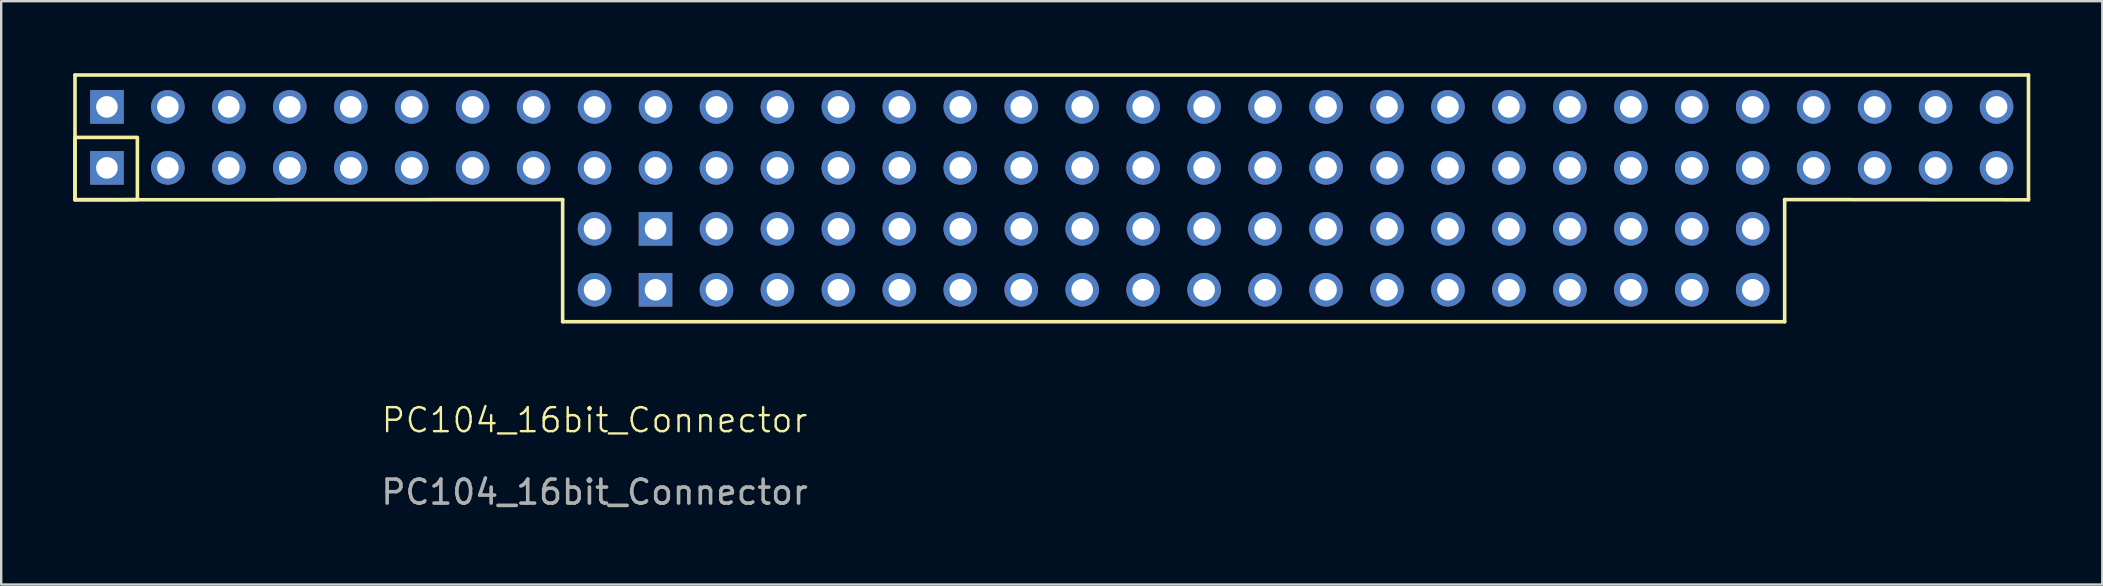
<source format=kicad_pcb>
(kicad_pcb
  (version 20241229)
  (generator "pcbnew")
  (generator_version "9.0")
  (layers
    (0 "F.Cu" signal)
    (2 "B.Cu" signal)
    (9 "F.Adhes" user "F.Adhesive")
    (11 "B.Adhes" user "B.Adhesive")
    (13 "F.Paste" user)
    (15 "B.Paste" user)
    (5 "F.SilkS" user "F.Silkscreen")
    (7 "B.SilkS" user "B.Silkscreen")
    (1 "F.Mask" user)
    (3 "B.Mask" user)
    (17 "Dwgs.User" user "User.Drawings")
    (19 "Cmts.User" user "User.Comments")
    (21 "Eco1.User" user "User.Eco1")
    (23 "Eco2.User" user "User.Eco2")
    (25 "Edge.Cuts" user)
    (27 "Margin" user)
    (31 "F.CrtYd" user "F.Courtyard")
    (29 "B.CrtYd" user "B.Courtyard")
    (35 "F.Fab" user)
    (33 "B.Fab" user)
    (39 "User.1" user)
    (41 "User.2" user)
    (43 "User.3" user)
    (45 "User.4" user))
  (footprint "PC104_16bit_Connector"
    (layer "F.Cu")
    (at 21.725 6.485)
    (property "Reference" "PC104_16bit_Connector" (at 0 7.973 0) (unlocked yes) (layer "F.SilkS") (effects (font (size 1 1) (thickness 0.1))))
    (attr through_hole)
    (fp_line (start -21.65 -6.41) (end 59.75 -6.41) (stroke (width 0.15) (type default)) (layer "F.SilkS"))
    (fp_line (start -21.65 -1.21) (end -21.65 -6.41) (stroke (width 0.15) (type default)) (layer "F.SilkS"))
    (fp_line (start -1.33 -1.219) (end -21.65 -1.21) (stroke (width 0.15) (type default)) (layer "F.SilkS"))
    (fp_line (start -1.33 3.87) (end -1.33 -1.219) (stroke (width 0.15) (type default)) (layer "F.SilkS"))
    (fp_line (start 49.59 3.87) (end -1.33 3.87) (stroke (width 0.15) (type default)) (layer "F.SilkS"))
    (fp_line (start 49.59 3.87) (end 49.59 -1.219) (stroke (width 0.15) (type default)) (layer "F.SilkS"))
    (fp_line (start 59.75 -6.41) (end 59.75 -1.21) (stroke (width 0.15) (type default)) (layer "F.SilkS"))
    (fp_line (start 59.75 -1.21) (end 49.59 -1.219) (stroke (width 0.15) (type default)) (layer "F.SilkS"))
    (fp_rect (start -21.65 -3.81) (end -19.05 -1.219) (stroke (width 0.15) (type default)) (fill no) (layer "F.SilkS"))
    (fp_text user "${REFERENCE}" (at 0 10.973 0) (unlocked yes) (layer "F.Fab") (effects (font (size 1 1) (thickness 0.15))))
    (pad "A1" thru_hole rect (at -20.32 -2.54 90) (size 1.4 1.4) (drill 0.9) (layers "*.Cu" "*.Mask"))
    (pad "A2" thru_hole oval (at -17.78 -2.54 90) (size 1.4 1.4) (drill 0.9) (layers "*.Cu" "*.Mask"))
    (pad "A3" thru_hole oval (at -15.24 -2.54 90) (size 1.4 1.4) (drill 0.9) (layers "*.Cu" "*.Mask"))
    (pad "A4" thru_hole oval (at -12.7 -2.54 90) (size 1.4 1.4) (drill 0.9) (layers "*.Cu" "*.Mask"))
    (pad "A5" thru_hole oval (at -10.16 -2.54 90) (size 1.4 1.4) (drill 0.9) (layers "*.Cu" "*.Mask"))
    (pad "A6" thru_hole oval (at -7.62 -2.54 90) (size 1.4 1.4) (drill 0.9) (layers "*.Cu" "*.Mask"))
    (pad "A7" thru_hole oval (at -5.08 -2.54 90) (size 1.4 1.4) (drill 0.9) (layers "*.Cu" "*.Mask"))
    (pad "A8" thru_hole oval (at -2.54 -2.54 90) (size 1.4 1.4) (drill 0.9) (layers "*.Cu" "*.Mask"))
    (pad "A9" thru_hole oval (at 0 -2.54 90) (size 1.4 1.4) (drill 0.9) (layers "*.Cu" "*.Mask"))
    (pad "A10" thru_hole oval (at 2.54 -2.54 90) (size 1.4 1.4) (drill 0.9) (layers "*.Cu" "*.Mask"))
    (pad "A11" thru_hole oval (at 5.08 -2.54 90) (size 1.4 1.4) (drill 0.9) (layers "*.Cu" "*.Mask"))
    (pad "A12" thru_hole oval (at 7.62 -2.54 90) (size 1.4 1.4) (drill 0.9) (layers "*.Cu" "*.Mask"))
    (pad "A13" thru_hole oval (at 10.16 -2.54 90) (size 1.4 1.4) (drill 0.9) (layers "*.Cu" "*.Mask"))
    (pad "A14" thru_hole oval (at 12.7 -2.54 90) (size 1.4 1.4) (drill 0.9) (layers "*.Cu" "*.Mask"))
    (pad "A15" thru_hole oval (at 15.24 -2.54 90) (size 1.4 1.4) (drill 0.9) (layers "*.Cu" "*.Mask"))
    (pad "A16" thru_hole oval (at 17.78 -2.54 90) (size 1.4 1.4) (drill 0.9) (layers "*.Cu" "*.Mask"))
    (pad "A17" thru_hole oval (at 20.32 -2.54 90) (size 1.4 1.4) (drill 0.9) (layers "*.Cu" "*.Mask"))
    (pad "A18" thru_hole oval (at 22.86 -2.54 90) (size 1.4 1.4) (drill 0.9) (layers "*.Cu" "*.Mask"))
    (pad "A19" thru_hole oval (at 25.4 -2.54 90) (size 1.4 1.4) (drill 0.9) (layers "*.Cu" "*.Mask"))
    (pad "A20" thru_hole oval (at 27.94 -2.54 90) (size 1.4 1.4) (drill 0.9) (layers "*.Cu" "*.Mask"))
    (pad "A21" thru_hole oval (at 30.48 -2.54 90) (size 1.4 1.4) (drill 0.9) (layers "*.Cu" "*.Mask"))
    (pad "A22" thru_hole oval (at 33.02 -2.54 90) (size 1.4 1.4) (drill 0.9) (layers "*.Cu" "*.Mask"))
    (pad "A23" thru_hole oval (at 35.56 -2.54 90) (size 1.4 1.4) (drill 0.9) (layers "*.Cu" "*.Mask"))
    (pad "A24" thru_hole oval (at 38.1 -2.54 90) (size 1.4 1.4) (drill 0.9) (layers "*.Cu" "*.Mask"))
    (pad "A25" thru_hole oval (at 40.64 -2.54 90) (size 1.4 1.4) (drill 0.9) (layers "*.Cu" "*.Mask"))
    (pad "A26" thru_hole oval (at 43.18 -2.54 90) (size 1.4 1.4) (drill 0.9) (layers "*.Cu" "*.Mask"))
    (pad "A27" thru_hole oval (at 45.72 -2.54 90) (size 1.4 1.4) (drill 0.9) (layers "*.Cu" "*.Mask"))
    (pad "A28" thru_hole oval (at 48.26 -2.54 90) (size 1.4 1.4) (drill 0.9) (layers "*.Cu" "*.Mask"))
    (pad "A29" thru_hole oval (at 50.8 -2.54 90) (size 1.4 1.4) (drill 0.9) (layers "*.Cu" "*.Mask"))
    (pad "A30" thru_hole oval (at 53.34 -2.54 90) (size 1.4 1.4) (drill 0.9) (layers "*.Cu" "*.Mask"))
    (pad "A31" thru_hole oval (at 55.88 -2.54 90) (size 1.4 1.4) (drill 0.9) (layers "*.Cu" "*.Mask"))
    (pad "A32" thru_hole oval (at 58.42 -2.54 90) (size 1.4 1.4) (drill 0.9) (layers "*.Cu" "*.Mask"))
    (pad "B1" thru_hole rect (at -20.32 -5.08 90) (size 1.4 1.4) (drill 0.9) (layers "*.Cu" "*.Mask"))
    (pad "B2" thru_hole oval (at -17.78 -5.08 90) (size 1.4 1.4) (drill 0.9) (layers "*.Cu" "*.Mask"))
    (pad "B3" thru_hole oval (at -15.24 -5.08 90) (size 1.4 1.4) (drill 0.9) (layers "*.Cu" "*.Mask"))
    (pad "B4" thru_hole oval (at -12.7 -5.08 90) (size 1.4 1.4) (drill 0.9) (layers "*.Cu" "*.Mask"))
    (pad "B5" thru_hole oval (at -10.16 -5.08 90) (size 1.4 1.4) (drill 0.9) (layers "*.Cu" "*.Mask"))
    (pad "B6" thru_hole oval (at -7.62 -5.08 90) (size 1.4 1.4) (drill 0.9) (layers "*.Cu" "*.Mask"))
    (pad "B7" thru_hole oval (at -5.08 -5.08 90) (size 1.4 1.4) (drill 0.9) (layers "*.Cu" "*.Mask"))
    (pad "B8" thru_hole oval (at -2.54 -5.08 90) (size 1.4 1.4) (drill 0.9) (layers "*.Cu" "*.Mask"))
    (pad "B9" thru_hole oval (at 0 -5.08 90) (size 1.4 1.4) (drill 0.9) (layers "*.Cu" "*.Mask"))
    (pad "B10" thru_hole oval (at 2.54 -5.08 90) (size 1.4 1.4) (drill 0.9) (layers "*.Cu" "*.Mask"))
    (pad "B11" thru_hole oval (at 5.08 -5.08 90) (size 1.4 1.4) (drill 0.9) (layers "*.Cu" "*.Mask"))
    (pad "B12" thru_hole oval (at 7.62 -5.08 90) (size 1.4 1.4) (drill 0.9) (layers "*.Cu" "*.Mask"))
    (pad "B13" thru_hole oval (at 10.16 -5.08 90) (size 1.4 1.4) (drill 0.9) (layers "*.Cu" "*.Mask"))
    (pad "B14" thru_hole oval (at 12.7 -5.08 90) (size 1.4 1.4) (drill 0.9) (layers "*.Cu" "*.Mask"))
    (pad "B15" thru_hole oval (at 15.24 -5.08 90) (size 1.4 1.4) (drill 0.9) (layers "*.Cu" "*.Mask"))
    (pad "B16" thru_hole oval (at 17.78 -5.08 90) (size 1.4 1.4) (drill 0.9) (layers "*.Cu" "*.Mask"))
    (pad "B17" thru_hole oval (at 20.32 -5.08 90) (size 1.4 1.4) (drill 0.9) (layers "*.Cu" "*.Mask"))
    (pad "B18" thru_hole oval (at 22.86 -5.08 90) (size 1.4 1.4) (drill 0.9) (layers "*.Cu" "*.Mask"))
    (pad "B19" thru_hole oval (at 25.4 -5.08 90) (size 1.4 1.4) (drill 0.9) (layers "*.Cu" "*.Mask"))
    (pad "B20" thru_hole oval (at 27.94 -5.08 90) (size 1.4 1.4) (drill 0.9) (layers "*.Cu" "*.Mask"))
    (pad "B21" thru_hole oval (at 30.48 -5.08 90) (size 1.4 1.4) (drill 0.9) (layers "*.Cu" "*.Mask"))
    (pad "B22" thru_hole oval (at 33.02 -5.08 90) (size 1.4 1.4) (drill 0.9) (layers "*.Cu" "*.Mask"))
    (pad "B23" thru_hole oval (at 35.56 -5.08 90) (size 1.4 1.4) (drill 0.9) (layers "*.Cu" "*.Mask"))
    (pad "B24" thru_hole oval (at 38.1 -5.08 90) (size 1.4 1.4) (drill 0.9) (layers "*.Cu" "*.Mask"))
    (pad "B25" thru_hole oval (at 40.64 -5.08 90) (size 1.4 1.4) (drill 0.9) (layers "*.Cu" "*.Mask"))
    (pad "B26" thru_hole oval (at 43.18 -5.08 90) (size 1.4 1.4) (drill 0.9) (layers "*.Cu" "*.Mask"))
    (pad "B27" thru_hole oval (at 45.72 -5.08 90) (size 1.4 1.4) (drill 0.9) (layers "*.Cu" "*.Mask"))
    (pad "B28" thru_hole oval (at 48.26 -5.08 90) (size 1.4 1.4) (drill 0.9) (layers "*.Cu" "*.Mask"))
    (pad "B29" thru_hole oval (at 50.8 -5.08 90) (size 1.4 1.4) (drill 0.9) (layers "*.Cu" "*.Mask"))
    (pad "B30" thru_hole oval (at 53.34 -5.08 90) (size 1.4 1.4) (drill 0.9) (layers "*.Cu" "*.Mask"))
    (pad "B31" thru_hole oval (at 55.88 -5.08 90) (size 1.4 1.4) (drill 0.9) (layers "*.Cu" "*.Mask"))
    (pad "B32" thru_hole oval (at 58.42 -5.08 90) (size 1.4 1.4) (drill 0.9) (layers "*.Cu" "*.Mask"))
    (pad "C0" thru_hole oval (at 0 0 90) (size 1.4 1.4) (drill 0.9) (layers "*.Cu" "*.Mask"))
    (pad "C1" thru_hole rect (at 2.54 0 90) (size 1.4 1.4) (drill 0.9) (layers "*.Cu" "*.Mask"))
    (pad "C2" thru_hole oval (at 5.08 0 90) (size 1.4 1.4) (drill 0.9) (layers "*.Cu" "*.Mask"))
    (pad "C3" thru_hole oval (at 7.62 0 90) (size 1.4 1.4) (drill 0.9) (layers "*.Cu" "*.Mask"))
    (pad "C4" thru_hole oval (at 10.16 0 90) (size 1.4 1.4) (drill 0.9) (layers "*.Cu" "*.Mask"))
    (pad "C5" thru_hole oval (at 12.7 0 90) (size 1.4 1.4) (drill 0.9) (layers "*.Cu" "*.Mask"))
    (pad "C6" thru_hole oval (at 15.24 0 90) (size 1.4 1.4) (drill 0.9) (layers "*.Cu" "*.Mask"))
    (pad "C7" thru_hole oval (at 17.78 0 90) (size 1.4 1.4) (drill 0.9) (layers "*.Cu" "*.Mask"))
    (pad "C8" thru_hole oval (at 20.32 0 90) (size 1.4 1.4) (drill 0.9) (layers "*.Cu" "*.Mask"))
    (pad "C9" thru_hole oval (at 22.86 0 90) (size 1.4 1.4) (drill 0.9) (layers "*.Cu" "*.Mask"))
    (pad "C10" thru_hole oval (at 25.4 0 90) (size 1.4 1.4) (drill 0.9) (layers "*.Cu" "*.Mask"))
    (pad "C11" thru_hole oval (at 27.94 0 90) (size 1.4 1.4) (drill 0.9) (layers "*.Cu" "*.Mask"))
    (pad "C12" thru_hole oval (at 30.48 0 90) (size 1.4 1.4) (drill 0.9) (layers "*.Cu" "*.Mask"))
    (pad "C13" thru_hole oval (at 33.02 0 90) (size 1.4 1.4) (drill 0.9) (layers "*.Cu" "*.Mask"))
    (pad "C14" thru_hole oval (at 35.56 0 90) (size 1.4 1.4) (drill 0.9) (layers "*.Cu" "*.Mask"))
    (pad "C15" thru_hole oval (at 38.1 0 90) (size 1.4 1.4) (drill 0.9) (layers "*.Cu" "*.Mask"))
    (pad "C16" thru_hole oval (at 40.64 0 90) (size 1.4 1.4) (drill 0.9) (layers "*.Cu" "*.Mask"))
    (pad "C17" thru_hole oval (at 43.18 0 90) (size 1.4 1.4) (drill 0.9) (layers "*.Cu" "*.Mask"))
    (pad "C18" thru_hole oval (at 45.72 0 90) (size 1.4 1.4) (drill 0.9) (layers "*.Cu" "*.Mask"))
    (pad "C19" thru_hole oval (at 48.26 0 90) (size 1.4 1.4) (drill 0.9) (layers "*.Cu" "*.Mask"))
    (pad "D0" thru_hole oval (at 0 2.54 90) (size 1.4 1.4) (drill 0.9) (layers "*.Cu" "*.Mask"))
    (pad "D1" thru_hole rect (at 2.54 2.54 90) (size 1.4 1.4) (drill 0.9) (layers "*.Cu" "*.Mask"))
    (pad "D2" thru_hole oval (at 5.08 2.54 90) (size 1.4 1.4) (drill 0.9) (layers "*.Cu" "*.Mask"))
    (pad "D3" thru_hole oval (at 7.62 2.54 90) (size 1.4 1.4) (drill 0.9) (layers "*.Cu" "*.Mask"))
    (pad "D4" thru_hole oval (at 10.16 2.54 90) (size 1.4 1.4) (drill 0.9) (layers "*.Cu" "*.Mask"))
    (pad "D5" thru_hole oval (at 12.7 2.54 90) (size 1.4 1.4) (drill 0.9) (layers "*.Cu" "*.Mask"))
    (pad "D6" thru_hole oval (at 15.24 2.54 90) (size 1.4 1.4) (drill 0.9) (layers "*.Cu" "*.Mask"))
    (pad "D7" thru_hole oval (at 17.78 2.54 90) (size 1.4 1.4) (drill 0.9) (layers "*.Cu" "*.Mask"))
    (pad "D8" thru_hole oval (at 20.32 2.54 90) (size 1.4 1.4) (drill 0.9) (layers "*.Cu" "*.Mask"))
    (pad "D9" thru_hole oval (at 22.86 2.54 90) (size 1.4 1.4) (drill 0.9) (layers "*.Cu" "*.Mask"))
    (pad "D10" thru_hole oval (at 25.4 2.54 90) (size 1.4 1.4) (drill 0.9) (layers "*.Cu" "*.Mask"))
    (pad "D11" thru_hole oval (at 27.94 2.54 90) (size 1.4 1.4) (drill 0.9) (layers "*.Cu" "*.Mask"))
    (pad "D12" thru_hole oval (at 30.48 2.54 90) (size 1.4 1.4) (drill 0.9) (layers "*.Cu" "*.Mask"))
    (pad "D13" thru_hole oval (at 33.02 2.54 90) (size 1.4 1.4) (drill 0.9) (layers "*.Cu" "*.Mask"))
    (pad "D14" thru_hole oval (at 35.56 2.54 90) (size 1.4 1.4) (drill 0.9) (layers "*.Cu" "*.Mask"))
    (pad "D15" thru_hole oval (at 38.1 2.54 90) (size 1.4 1.4) (drill 0.9) (layers "*.Cu" "*.Mask"))
    (pad "D16" thru_hole oval (at 40.64 2.54 90) (size 1.4 1.4) (drill 0.9) (layers "*.Cu" "*.Mask"))
    (pad "D17" thru_hole oval (at 43.18 2.54 90) (size 1.4 1.4) (drill 0.9) (layers "*.Cu" "*.Mask"))
    (pad "D18" thru_hole oval (at 45.72 2.54 90) (size 1.4 1.4) (drill 0.9) (layers "*.Cu" "*.Mask"))
    (pad "D19" thru_hole oval (at 48.26 2.54 90) (size 1.4 1.4) (drill 0.9) (layers "*.Cu" "*.Mask")))
  (gr_rect
    (start -3 -3)
    (end 84.55 21.306)
    (stroke (width 0.1) (type default))
    (fill no)
    (layer "Edge.Cuts")))
</source>
